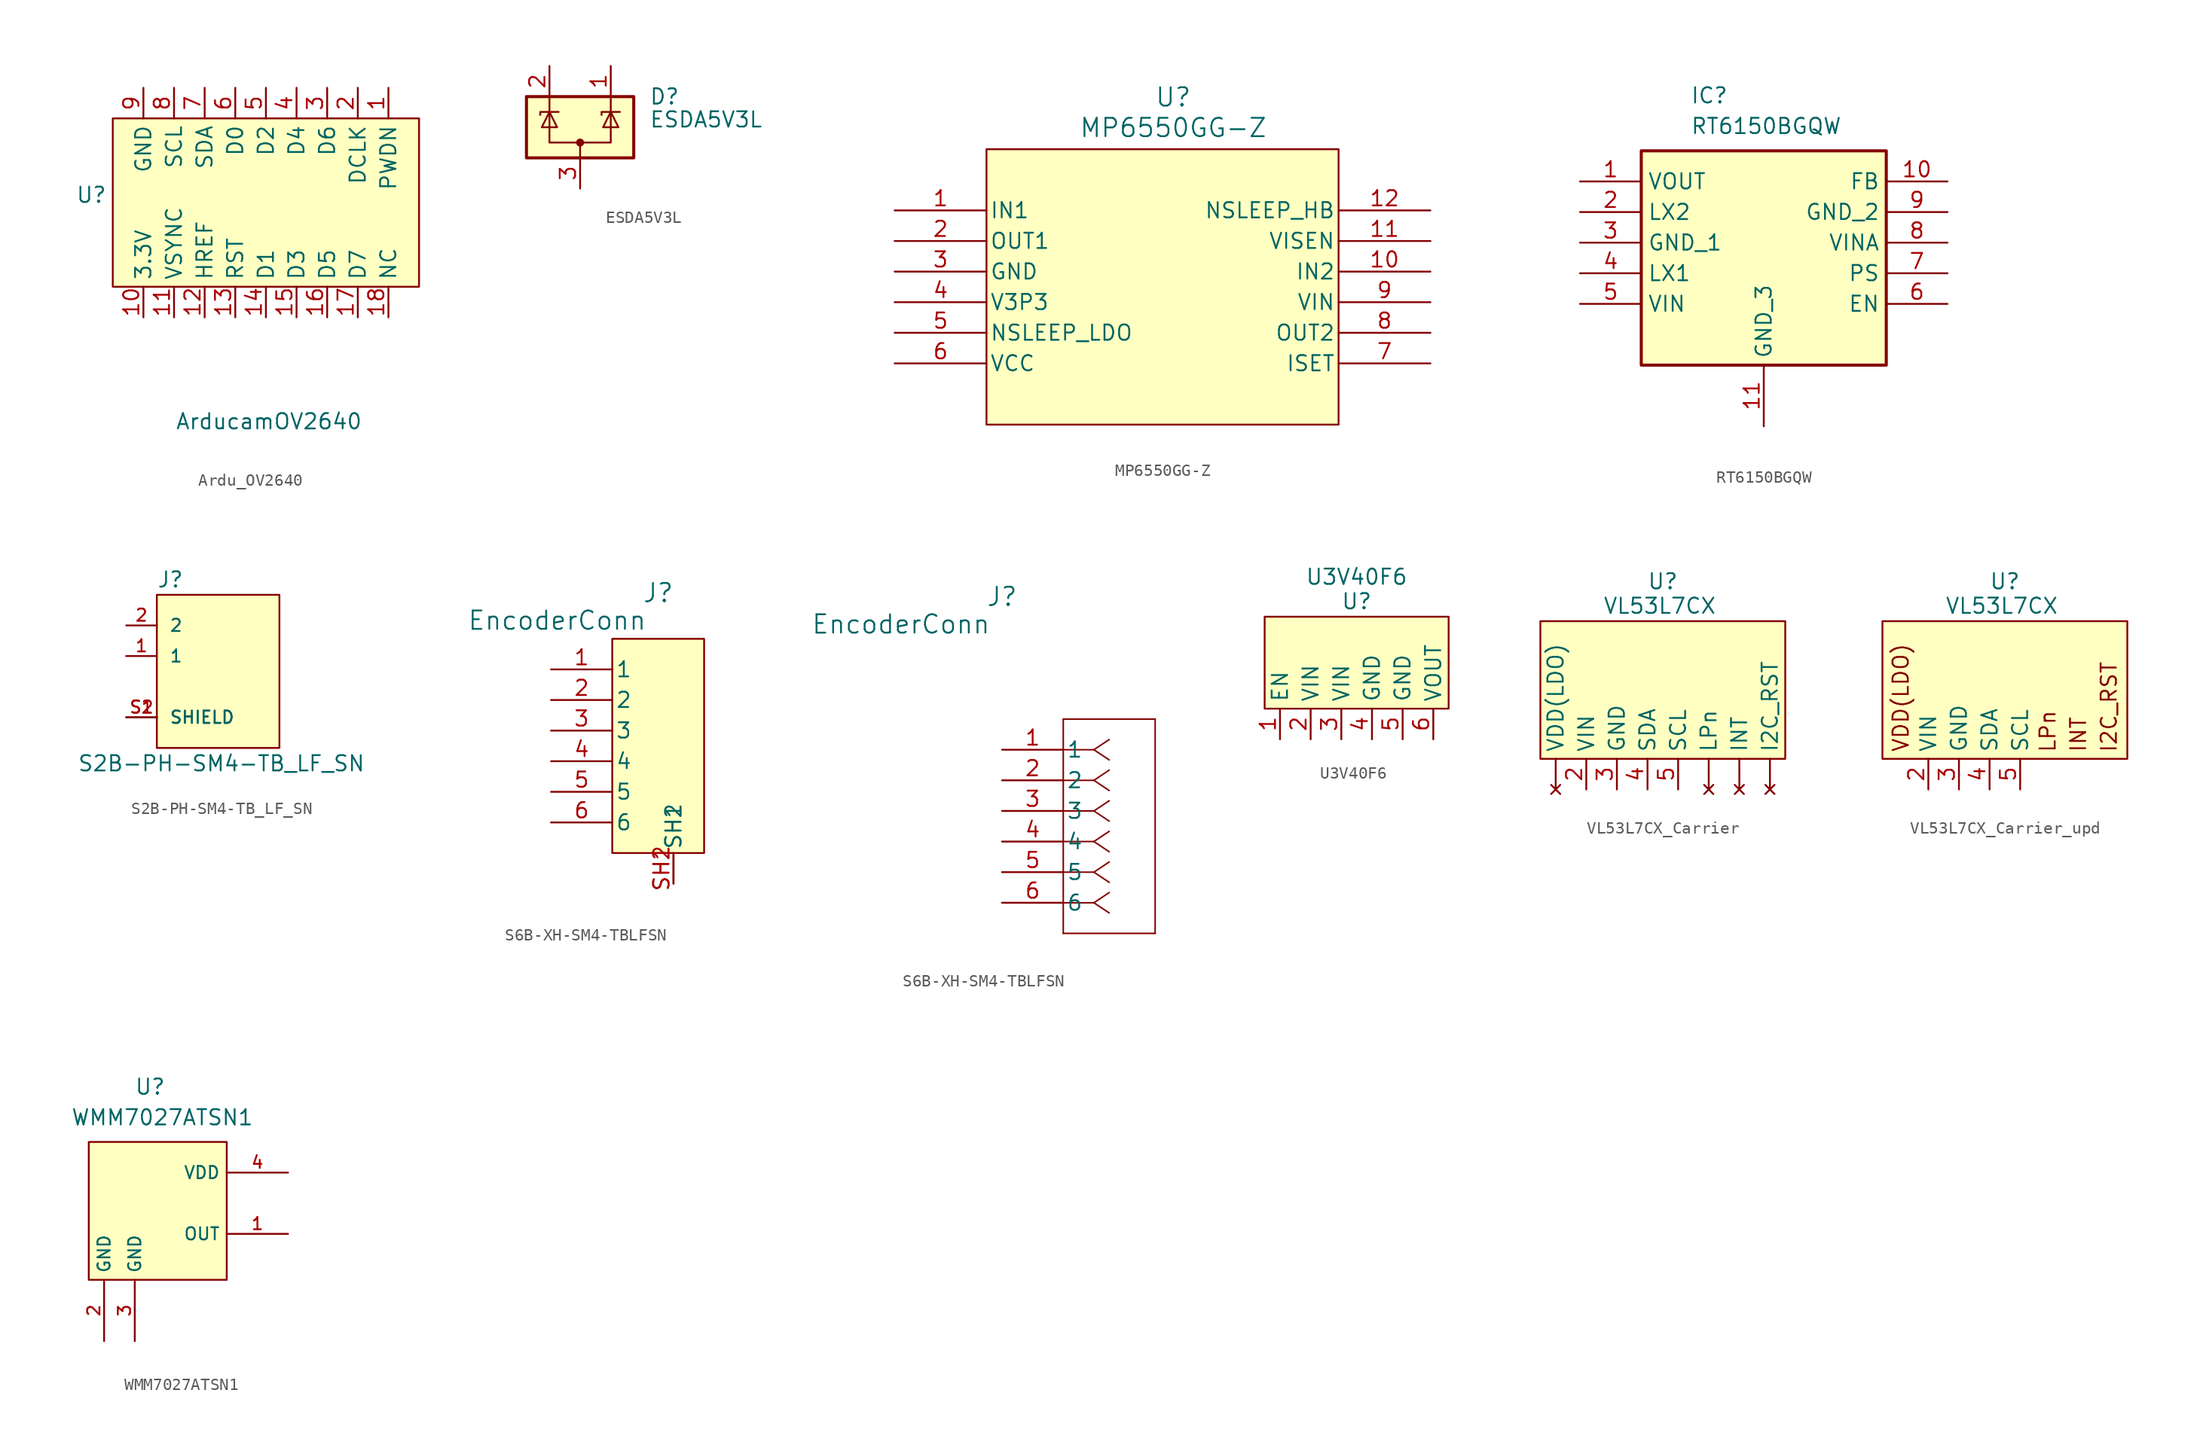
<source format=kicad_sym>
(kicad_symbol_lib
  (version 20231120)
  (generator "kicad_symbol_editor")
  (generator_version "8.0")
  (symbol "Ardu_OV2640"
    (property "Reference" "U"
      (at -14.478 0 0)
      (effects (font (size 1.27 1.27))))
    (property "Value" "ArducamOV2640"
      (at 0.254 -18.796 0)
      (effects (font (size 1.27 1.27))))
    (symbol "Ardu_OV2640_1_1"
      (rectangle (start -12.7 6.35) (end 12.7 -7.62) (stroke (width 0) (type default)) (fill (type background)))
      (pin passive line (at 10.16 8.89 270) (length 2.54) (name "PWDN" (effects (font (size 1.27 1.27)))) (number "1" (effects (font (size 1.27 1.27)))))
      (pin passive line (at -10.16 -10.16 90) (length 2.54) (name "3.3V" (effects (font (size 1.27 1.27)))) (number "10" (effects (font (size 1.27 1.27)))))
      (pin passive line (at -7.62 -10.16 90) (length 2.54) (name "VSYNC" (effects (font (size 1.27 1.27)))) (number "11" (effects (font (size 1.27 1.27)))))
      (pin passive line (at -5.08 -10.16 90) (length 2.54) (name "HREF" (effects (font (size 1.27 1.27)))) (number "12" (effects (font (size 1.27 1.27)))))
      (pin passive line (at -2.54 -10.16 90) (length 2.54) (name "RST" (effects (font (size 1.27 1.27)))) (number "13" (effects (font (size 1.27 1.27)))))
      (pin passive line (at 0 -10.16 90) (length 2.54) (name "D1" (effects (font (size 1.27 1.27)))) (number "14" (effects (font (size 1.27 1.27)))))
      (pin passive line (at 2.54 -10.16 90) (length 2.54) (name "D3" (effects (font (size 1.27 1.27)))) (number "15" (effects (font (size 1.27 1.27)))))
      (pin passive line (at 5.08 -10.16 90) (length 2.54) (name "D5" (effects (font (size 1.27 1.27)))) (number "16" (effects (font (size 1.27 1.27)))))
      (pin passive line (at 7.62 -10.16 90) (length 2.54) (name "D7" (effects (font (size 1.27 1.27)))) (number "17" (effects (font (size 1.27 1.27)))))
      (pin passive line (at 10.16 -10.16 90) (length 2.54) (name "NC" (effects (font (size 1.27 1.27)))) (number "18" (effects (font (size 1.27 1.27)))))
      (pin passive line (at 7.62 8.89 270) (length 2.54) (name "DCLK" (effects (font (size 1.27 1.27)))) (number "2" (effects (font (size 1.27 1.27)))))
      (pin passive line (at 5.08 8.89 270) (length 2.54) (name "D6" (effects (font (size 1.27 1.27)))) (number "3" (effects (font (size 1.27 1.27)))))
      (pin passive line (at 2.54 8.89 270) (length 2.54) (name "D4" (effects (font (size 1.27 1.27)))) (number "4" (effects (font (size 1.27 1.27)))))
      (pin passive line (at 0 8.89 270) (length 2.54) (name "D2" (effects (font (size 1.27 1.27)))) (number "5" (effects (font (size 1.27 1.27)))))
      (pin passive line (at -2.54 8.89 270) (length 2.54) (name "D0" (effects (font (size 1.27 1.27)))) (number "6" (effects (font (size 1.27 1.27)))))
      (pin passive line (at -5.08 8.89 270) (length 2.54) (name "SDA" (effects (font (size 1.27 1.27)))) (number "7" (effects (font (size 1.27 1.27)))))
      (pin passive line (at -7.62 8.89 270) (length 2.54) (name "SCL" (effects (font (size 1.27 1.27)))) (number "8" (effects (font (size 1.27 1.27)))))
      (pin passive line (at -10.16 8.89 270) (length 2.54) (name "GND" (effects (font (size 1.27 1.27)))) (number "9" (effects (font (size 1.27 1.27)))))))
  (symbol "ESDA5V3L"
    (pin_names hide)
    (property "Reference" "D"
      (at 5.715 2.54 0)
      (effects (font (size 1.27 1.27)) (justify left)))
    (property "Value" "ESDA5V3L"
      (at 5.715 0.635 0)
      (effects (font (size 1.27 1.27)) (justify left)))
    (symbol "ESDA5V3L_0_0"
      (pin passive line (at 0 -5.08 90) (length 2.54) (name "A" (effects (font (size 1.27 1.27)))) (number "3" (effects (font (size 1.27 1.27))))))
    (symbol "ESDA5V3L_0_1"
      (rectangle (start -4.445 2.54) (end 4.445 -2.54) (stroke (width 0.254) (type solid)) (fill (type background)))
      (circle (center 0 -1.27) (radius 0.254) (stroke (width 0) (type solid)) (fill (type outline)))
      (polyline (pts (xy -2.54 2.54) (xy -2.54 1.27)) (stroke (width 0) (type solid)) (fill (type none)))
      (polyline (pts (xy 0 -1.27) (xy 0 -2.54)) (stroke (width 0) (type solid)) (fill (type none)))
      (polyline (pts (xy 2.54 2.54) (xy 2.54 1.27)) (stroke (width 0) (type solid)) (fill (type none)))
      (polyline (pts (xy -3.302 1.016) (xy -3.302 1.27) (xy -1.905 1.27) (xy -1.778 1.27)) (stroke (width 0) (type solid)) (fill (type none)))
      (polyline (pts (xy -2.54 1.27) (xy -2.54 -1.27) (xy 2.54 -1.27) (xy 2.54 1.27)) (stroke (width 0) (type solid)) (fill (type none)))
      (polyline (pts (xy -2.54 1.27) (xy -1.905 0) (xy -3.175 0) (xy -2.54 1.27)) (stroke (width 0) (type solid)) (fill (type none)))
      (polyline (pts (xy 1.778 1.016) (xy 1.778 1.27) (xy 3.175 1.27) (xy 3.302 1.27)) (stroke (width 0) (type solid)) (fill (type none)))
      (polyline (pts (xy 2.54 1.27) (xy 1.905 0) (xy 3.175 0) (xy 2.54 1.27)) (stroke (width 0) (type solid)) (fill (type none))))
    (symbol "ESDA5V3L_1_1"
      (pin passive line (at 2.54 5.08 270) (length 2.54) (name "K" (effects (font (size 1.27 1.27)))) (number "1" (effects (font (size 1.27 1.27)))))
      (pin passive line (at -2.54 5.08 270) (length 2.54) (name "K" (effects (font (size 1.27 1.27)))) (number "2" (effects (font (size 1.27 1.27)))))))
  (symbol "MP6550GG-Z"
    (pin_names
      (offset 0.254))
    (property "Reference" "U"
      (at 0.254 15.748 0)
      (effects (font (size 1.524 1.524))))
    (property "Value" "MP6550GG-Z"
      (at 0.254 13.208 0)
      (effects (font (size 1.524 1.524))))
    (property "ki_locked" ""
      (at 0 0 0)
      (effects (font (size 1.27 1.27))))
    (symbol "MP6550GG-Z_0_1"
      (pin input line (at -22.86 6.35 0) (length 7.62) (name "IN1" (effects (font (size 1.27 1.27)))) (number "1" (effects (font (size 1.27 1.27)))))
      (pin input line (at 21.59 1.27 180) (length 7.62) (name "IN2" (effects (font (size 1.27 1.27)))) (number "10" (effects (font (size 1.27 1.27)))))
      (pin output line (at -22.86 3.81 0) (length 7.62) (name "OUT1" (effects (font (size 1.27 1.27)))) (number "2" (effects (font (size 1.27 1.27)))))
      (pin output line (at 21.59 -3.81 180) (length 7.62) (name "OUT2" (effects (font (size 1.27 1.27)))) (number "8" (effects (font (size 1.27 1.27))))))
    (symbol "MP6550GG-Z_1_1"
      (rectangle (start -15.24 11.43) (end 13.97 -11.43) (stroke (width 0) (type default)) (fill (type background)))
      (pin passive line (at 21.59 3.81 180) (length 7.62) (name "VISEN" (effects (font (size 1.27 1.27)))) (number "11" (effects (font (size 1.27 1.27)))))
      (pin passive line (at 21.59 6.35 180) (length 7.62) (name "NSLEEP_HB" (effects (font (size 1.27 1.27)))) (number "12" (effects (font (size 1.27 1.27)))))
      (pin passive line (at -22.86 1.27 0) (length 7.62) (name "GND" (effects (font (size 1.27 1.27)))) (number "3" (effects (font (size 1.27 1.27)))))
      (pin passive line (at -22.86 -1.27 0) (length 7.62) (name "V3P3" (effects (font (size 1.27 1.27)))) (number "4" (effects (font (size 1.27 1.27)))))
      (pin passive line (at -22.86 -3.81 0) (length 7.62) (name "NSLEEP_LDO" (effects (font (size 1.27 1.27)))) (number "5" (effects (font (size 1.27 1.27)))))
      (pin passive line (at -22.86 -6.35 0) (length 7.62) (name "VCC" (effects (font (size 1.27 1.27)))) (number "6" (effects (font (size 1.27 1.27)))))
      (pin passive line (at 21.59 -6.35 180) (length 7.62) (name "ISET" (effects (font (size 1.27 1.27)))) (number "7" (effects (font (size 1.27 1.27)))))
      (pin power_in line (at 21.59 -1.27 180) (length 7.62) (name "VIN" (effects (font (size 1.27 1.27)))) (number "9" (effects (font (size 1.27 1.27)))))))
  (symbol "RT6150BGQW"
    (property "Reference" "IC"
      (at -6.096 15.494 0)
      (effects (font (size 1.27 1.27)) (justify left top)))
    (property "Value" "RT6150BGQW"
      (at -6.096 12.954 0)
      (effects (font (size 1.27 1.27)) (justify left top)))
    (symbol "RT6150BGQW_1_1"
      (rectangle (start -10.16 10.16) (end 10.16 -7.62) (stroke (width 0.254) (type default)) (fill (type background)))
      (pin passive line (at -15.24 7.62 0) (length 5.08) (name "VOUT" (effects (font (size 1.27 1.27)))) (number "1" (effects (font (size 1.27 1.27)))))
      (pin passive line (at 15.24 7.62 180) (length 5.08) (name "FB" (effects (font (size 1.27 1.27)))) (number "10" (effects (font (size 1.27 1.27)))))
      (pin passive line (at 0 -12.7 90) (length 5.08) (name "GND_3" (effects (font (size 1.27 1.27)))) (number "11" (effects (font (size 1.27 1.27)))))
      (pin passive line (at -15.24 5.08 0) (length 5.08) (name "LX2" (effects (font (size 1.27 1.27)))) (number "2" (effects (font (size 1.27 1.27)))))
      (pin passive line (at -15.24 2.54 0) (length 5.08) (name "GND_1" (effects (font (size 1.27 1.27)))) (number "3" (effects (font (size 1.27 1.27)))))
      (pin passive line (at -15.24 0 0) (length 5.08) (name "LX1" (effects (font (size 1.27 1.27)))) (number "4" (effects (font (size 1.27 1.27)))))
      (pin passive line (at -15.24 -2.54 0) (length 5.08) (name "VIN" (effects (font (size 1.27 1.27)))) (number "5" (effects (font (size 1.27 1.27)))))
      (pin passive line (at 15.24 -2.54 180) (length 5.08) (name "EN" (effects (font (size 1.27 1.27)))) (number "6" (effects (font (size 1.27 1.27)))))
      (pin passive line (at 15.24 0 180) (length 5.08) (name "PS" (effects (font (size 1.27 1.27)))) (number "7" (effects (font (size 1.27 1.27)))))
      (pin passive line (at 15.24 2.54 180) (length 5.08) (name "VINA" (effects (font (size 1.27 1.27)))) (number "8" (effects (font (size 1.27 1.27)))))
      (pin passive line (at 15.24 5.08 180) (length 5.08) (name "GND_2" (effects (font (size 1.27 1.27)))) (number "9" (effects (font (size 1.27 1.27)))))))
  (symbol "S2B-PH-SM4-TB_LF_SN"
    (pin_names
      (offset 1.016))
    (property "Reference" "J"
      (at -5.083 5.596 0)
      (effects (font (size 1.27 1.27)) (justify left bottom)))
    (property "Value" "S2B-PH-SM4-TB_LF_SN"
      (at -11.684 -9.652 0)
      (effects (font (size 1.27 1.27)) (justify left bottom)))
    (symbol "S2B-PH-SM4-TB_LF_SN_0_0"
      (rectangle (start -5.08 -7.62) (end 5.08 5.08) (stroke (width 0.152) (type default)) (fill (type background)))
      (pin passive line (at -7.62 0 0) (length 2.54) (name "1" (effects (font (size 1.016 1.016)))) (number "1" (effects (font (size 1.016 1.016)))))
      (pin passive line (at -7.62 2.54 0) (length 2.54) (name "2" (effects (font (size 1.016 1.016)))) (number "2" (effects (font (size 1.016 1.016)))))
      (pin passive line (at -7.62 -5.08 0) (length 2.54) (name "SHIELD" (effects (font (size 1.016 1.016)))) (number "S1" (effects (font (size 1.016 1.016)))))
      (pin passive line (at -7.62 -5.08 0) (length 2.54) (name "SHIELD" (effects (font (size 1.016 1.016)))) (number "S2" (effects (font (size 1.016 1.016)))))))
  (symbol "S6B-XH-SM4-TBLFSN"
    (pin_names
      (offset 0.254))
    (property "Reference" "J"
      (at 0 12.7 0)
      (effects (font (size 1.524 1.524))))
    (property "Value" "EncoderConn"
      (at -8.382 10.414 0)
      (effects (font (size 1.524 1.524))))
    (symbol "S6B-XH-SM4-TBLFSN_1_1"
      (rectangle (start -3.81 8.89) (end 3.81 -8.89) (stroke (width 0) (type default)) (fill (type background)))
      (pin passive line (at -8.89 6.35 0) (length 5.08) (name "1" (effects (font (size 1.27 1.27)))) (number "1" (effects (font (size 1.27 1.27)))))
      (pin passive line (at -8.89 3.81 0) (length 5.08) (name "2" (effects (font (size 1.27 1.27)))) (number "2" (effects (font (size 1.27 1.27)))))
      (pin passive line (at -8.89 1.27 0) (length 5.08) (name "3" (effects (font (size 1.27 1.27)))) (number "3" (effects (font (size 1.27 1.27)))))
      (pin passive line (at -8.89 -1.27 0) (length 5.08) (name "4" (effects (font (size 1.27 1.27)))) (number "4" (effects (font (size 1.27 1.27)))))
      (pin passive line (at -8.89 -3.81 0) (length 5.08) (name "5" (effects (font (size 1.27 1.27)))) (number "5" (effects (font (size 1.27 1.27)))))
      (pin passive line (at -8.89 -6.35 0) (length 5.08) (name "6" (effects (font (size 1.27 1.27)))) (number "6" (effects (font (size 1.27 1.27)))))
      (pin passive line (at 1.27 -11.43 90) (length 2.54) (name "SH1" (effects (font (size 1.27 1.27)))) (number "SH1" (effects (font (size 1.27 1.27)))))
      (pin passive line (at 1.27 -11.43 90) (length 2.54) (name "SH2" (effects (font (size 1.27 1.27)))) (number "SH2" (effects (font (size 1.27 1.27))))))
    (symbol "S6B-XH-SM4-TBLFSN_1_2"
      (polyline (pts (xy 5.08 -15.24) (xy 12.7 -15.24)) (stroke (width 0.127) (type default)) (fill (type none)))
      (polyline (pts (xy 5.08 2.54) (xy 5.08 -15.24)) (stroke (width 0.127) (type default)) (fill (type none)))
      (polyline (pts (xy 7.62 -12.7) (xy 5.08 -12.7)) (stroke (width 0.127) (type default)) (fill (type none)))
      (polyline (pts (xy 7.62 -12.7) (xy 8.89 -13.547)) (stroke (width 0.127) (type default)) (fill (type none)))
      (polyline (pts (xy 7.62 -12.7) (xy 8.89 -11.853)) (stroke (width 0.127) (type default)) (fill (type none)))
      (polyline (pts (xy 7.62 -10.16) (xy 5.08 -10.16)) (stroke (width 0.127) (type default)) (fill (type none)))
      (polyline (pts (xy 7.62 -10.16) (xy 8.89 -11.007)) (stroke (width 0.127) (type default)) (fill (type none)))
      (polyline (pts (xy 7.62 -10.16) (xy 8.89 -9.313)) (stroke (width 0.127) (type default)) (fill (type none)))
      (polyline (pts (xy 7.62 -7.62) (xy 5.08 -7.62)) (stroke (width 0.127) (type default)) (fill (type none)))
      (polyline (pts (xy 7.62 -7.62) (xy 8.89 -8.467)) (stroke (width 0.127) (type default)) (fill (type none)))
      (polyline (pts (xy 7.62 -7.62) (xy 8.89 -6.773)) (stroke (width 0.127) (type default)) (fill (type none)))
      (polyline (pts (xy 7.62 -5.08) (xy 5.08 -5.08)) (stroke (width 0.127) (type default)) (fill (type none)))
      (polyline (pts (xy 7.62 -5.08) (xy 8.89 -5.927)) (stroke (width 0.127) (type default)) (fill (type none)))
      (polyline (pts (xy 7.62 -5.08) (xy 8.89 -4.233)) (stroke (width 0.127) (type default)) (fill (type none)))
      (polyline (pts (xy 7.62 -2.54) (xy 5.08 -2.54)) (stroke (width 0.127) (type default)) (fill (type none)))
      (polyline (pts (xy 7.62 -2.54) (xy 8.89 -3.387)) (stroke (width 0.127) (type default)) (fill (type none)))
      (polyline (pts (xy 7.62 -2.54) (xy 8.89 -1.693)) (stroke (width 0.127) (type default)) (fill (type none)))
      (polyline (pts (xy 7.62 0) (xy 5.08 0)) (stroke (width 0.127) (type default)) (fill (type none)))
      (polyline (pts (xy 7.62 0) (xy 8.89 -0.847)) (stroke (width 0.127) (type default)) (fill (type none)))
      (polyline (pts (xy 7.62 0) (xy 8.89 0.847)) (stroke (width 0.127) (type default)) (fill (type none)))
      (polyline (pts (xy 12.7 -15.24) (xy 12.7 2.54)) (stroke (width 0.127) (type default)) (fill (type none)))
      (polyline (pts (xy 12.7 2.54) (xy 5.08 2.54)) (stroke (width 0.127) (type default)) (fill (type none)))
      (pin unspecified line (at 0 0 0) (length 5.08) (name "1" (effects (font (size 1.27 1.27)))) (number "1" (effects (font (size 1.27 1.27)))))
      (pin unspecified line (at 0 -2.54 0) (length 5.08) (name "2" (effects (font (size 1.27 1.27)))) (number "2" (effects (font (size 1.27 1.27)))))
      (pin unspecified line (at 0 -5.08 0) (length 5.08) (name "3" (effects (font (size 1.27 1.27)))) (number "3" (effects (font (size 1.27 1.27)))))
      (pin unspecified line (at 0 -7.62 0) (length 5.08) (name "4" (effects (font (size 1.27 1.27)))) (number "4" (effects (font (size 1.27 1.27)))))
      (pin unspecified line (at 0 -10.16 0) (length 5.08) (name "5" (effects (font (size 1.27 1.27)))) (number "5" (effects (font (size 1.27 1.27)))))
      (pin unspecified line (at 0 -12.7 0) (length 5.08) (name "6" (effects (font (size 1.27 1.27)))) (number "6" (effects (font (size 1.27 1.27)))))))
  (symbol "U3V40F6"
    (property "Reference" "U"
      (at 0 5.08 0)
      (effects (font (size 1.27 1.27))))
    (property "Value" "U3V40F6"
      (at 0 7.112 0)
      (effects (font (size 1.27 1.27))))
    (symbol "U3V40F6_1_1"
      (rectangle (start -7.62 3.81) (end 7.62 -3.81) (stroke (width 0) (type default)) (fill (type background)))
      (pin passive line (at -6.35 -6.35 90) (length 2.54) (name "EN" (effects (font (size 1.27 1.27)))) (number "1" (effects (font (size 1.27 1.27)))))
      (pin passive line (at -3.81 -6.35 90) (length 2.54) (name "VIN" (effects (font (size 1.27 1.27)))) (number "2" (effects (font (size 1.27 1.27)))))
      (pin passive line (at -1.27 -6.35 90) (length 2.54) (name "VIN" (effects (font (size 1.27 1.27)))) (number "3" (effects (font (size 1.27 1.27)))))
      (pin passive line (at 1.27 -6.35 90) (length 2.54) (name "GND" (effects (font (size 1.27 1.27)))) (number "4" (effects (font (size 1.27 1.27)))))
      (pin passive line (at 3.81 -6.35 90) (length 2.54) (name "GND" (effects (font (size 1.27 1.27)))) (number "5" (effects (font (size 1.27 1.27)))))
      (pin passive line (at 6.35 -6.35 90) (length 2.54) (name "VOUT" (effects (font (size 1.27 1.27)))) (number "6" (effects (font (size 1.27 1.27)))))))
  (symbol "VL53L7CX_Carrier"
    (property "Reference" "U"
      (at 0 10.922 0)
      (effects (font (size 1.27 1.27))))
    (property "Value" "VL53L7CX"
      (at -0.254 8.89 0)
      (effects (font (size 1.27 1.27))))
    (symbol "VL53L7CX_Carrier_1_1"
      (rectangle (start -10.16 7.62) (end 10.16 -3.81) (stroke (width 0) (type default)) (fill (type background)))
      (pin no_connect line (at 8.89 -6.35 90) (length 2.54) (name "I2C_RST" (effects (font (size 1.27 1.27)))) (number "" (effects (font (size 1.27 1.27)))))
      (pin no_connect line (at 6.35 -6.35 90) (length 2.54) (name "INT" (effects (font (size 1.27 1.27)))) (number "" (effects (font (size 1.27 1.27)))))
      (pin no_connect line (at 3.81 -6.35 90) (length 2.54) (name "LPn" (effects (font (size 1.27 1.27)))) (number "" (effects (font (size 1.27 1.27)))))
      (pin no_connect line (at -8.89 -6.35 90) (length 2.54) (name "VDD(LDO)" (effects (font (size 1.27 1.27)))) (number "" (effects (font (size 1.27 1.27)))))
      (pin input line (at -6.35 -6.35 90) (length 2.54) (name "VIN" (effects (font (size 1.27 1.27)))) (number "2" (effects (font (size 1.27 1.27)))))
      (pin input line (at -3.81 -6.35 90) (length 2.54) (name "GND" (effects (font (size 1.27 1.27)))) (number "3" (effects (font (size 1.27 1.27)))))
      (pin input line (at -1.27 -6.35 90) (length 2.54) (name "SDA" (effects (font (size 1.27 1.27)))) (number "4" (effects (font (size 1.27 1.27)))))
      (pin input line (at 1.27 -6.35 90) (length 2.54) (name "SCL" (effects (font (size 1.27 1.27)))) (number "5" (effects (font (size 1.27 1.27)))))))
  (symbol "VL53L7CX_Carrier_upd"
    (property "Reference" "U"
      (at 0 10.922 0)
      (effects (font (size 1.27 1.27))))
    (property "Value" "VL53L7CX"
      (at -0.254 8.89 0)
      (effects (font (size 1.27 1.27))))
    (symbol "VL53L7CX_Carrier_upd_1_1"
      (rectangle (start -10.16 7.62) (end 10.16 -3.81) (stroke (width 0) (type default)) (fill (type background)))
      (text "I2C_RST" (at 8.636 0.508 900) (effects (font (size 1.27 1.27))))
      (text "INT" (at 6.096 -1.778 900) (effects (font (size 1.27 1.27))))
      (text "LPn" (at 3.556 -1.524 900) (effects (font (size 1.27 1.27))))
      (text "VDD(LDO)" (at -8.636 1.27 900) (effects (font (size 1.27 1.27))))
      (pin input line (at -6.35 -6.35 90) (length 2.54) (name "VIN" (effects (font (size 1.27 1.27)))) (number "2" (effects (font (size 1.27 1.27)))))
      (pin input line (at -3.81 -6.35 90) (length 2.54) (name "GND" (effects (font (size 1.27 1.27)))) (number "3" (effects (font (size 1.27 1.27)))))
      (pin input line (at -1.27 -6.35 90) (length 2.54) (name "SDA" (effects (font (size 1.27 1.27)))) (number "4" (effects (font (size 1.27 1.27)))))
      (pin input line (at 1.27 -6.35 90) (length 2.54) (name "SCL" (effects (font (size 1.27 1.27)))) (number "5" (effects (font (size 1.27 1.27)))))))
  (symbol "WMM7027ATSN1"
    (property "Reference" "U"
      (at 0 9.652 0)
      (effects (font (size 1.27 1.27))))
    (property "Value" "WMM7027ATSN1"
      (at 1.016 7.112 0)
      (effects (font (size 1.27 1.27))))
    (symbol "WMM7027ATSN1_1_0"
      (pin passive line (at 11.43 -2.54 180) (length 5.08) (name "OUT" (effects (font (size 1.016 1.016)))) (number "1" (effects (font (size 1.016 1.016)))))
      (pin passive line (at -3.81 -11.43 90) (length 5.08) (name "GND" (effects (font (size 1.016 1.016)))) (number "2" (effects (font (size 1.016 1.016)))))
      (pin passive line (at -1.27 -11.43 90) (length 5.08) (name "GND" (effects (font (size 1.016 1.016)))) (number "3" (effects (font (size 1.016 1.016)))))
      (pin passive line (at 11.43 2.54 180) (length 5.08) (name "VDD" (effects (font (size 1.016 1.016)))) (number "4" (effects (font (size 1.016 1.016))))))
    (symbol "WMM7027ATSN1_1_1"
      (rectangle (start -5.08 5.08) (end 6.35 -6.35) (stroke (width 0) (type default)) (fill (type background))))))
</source>
